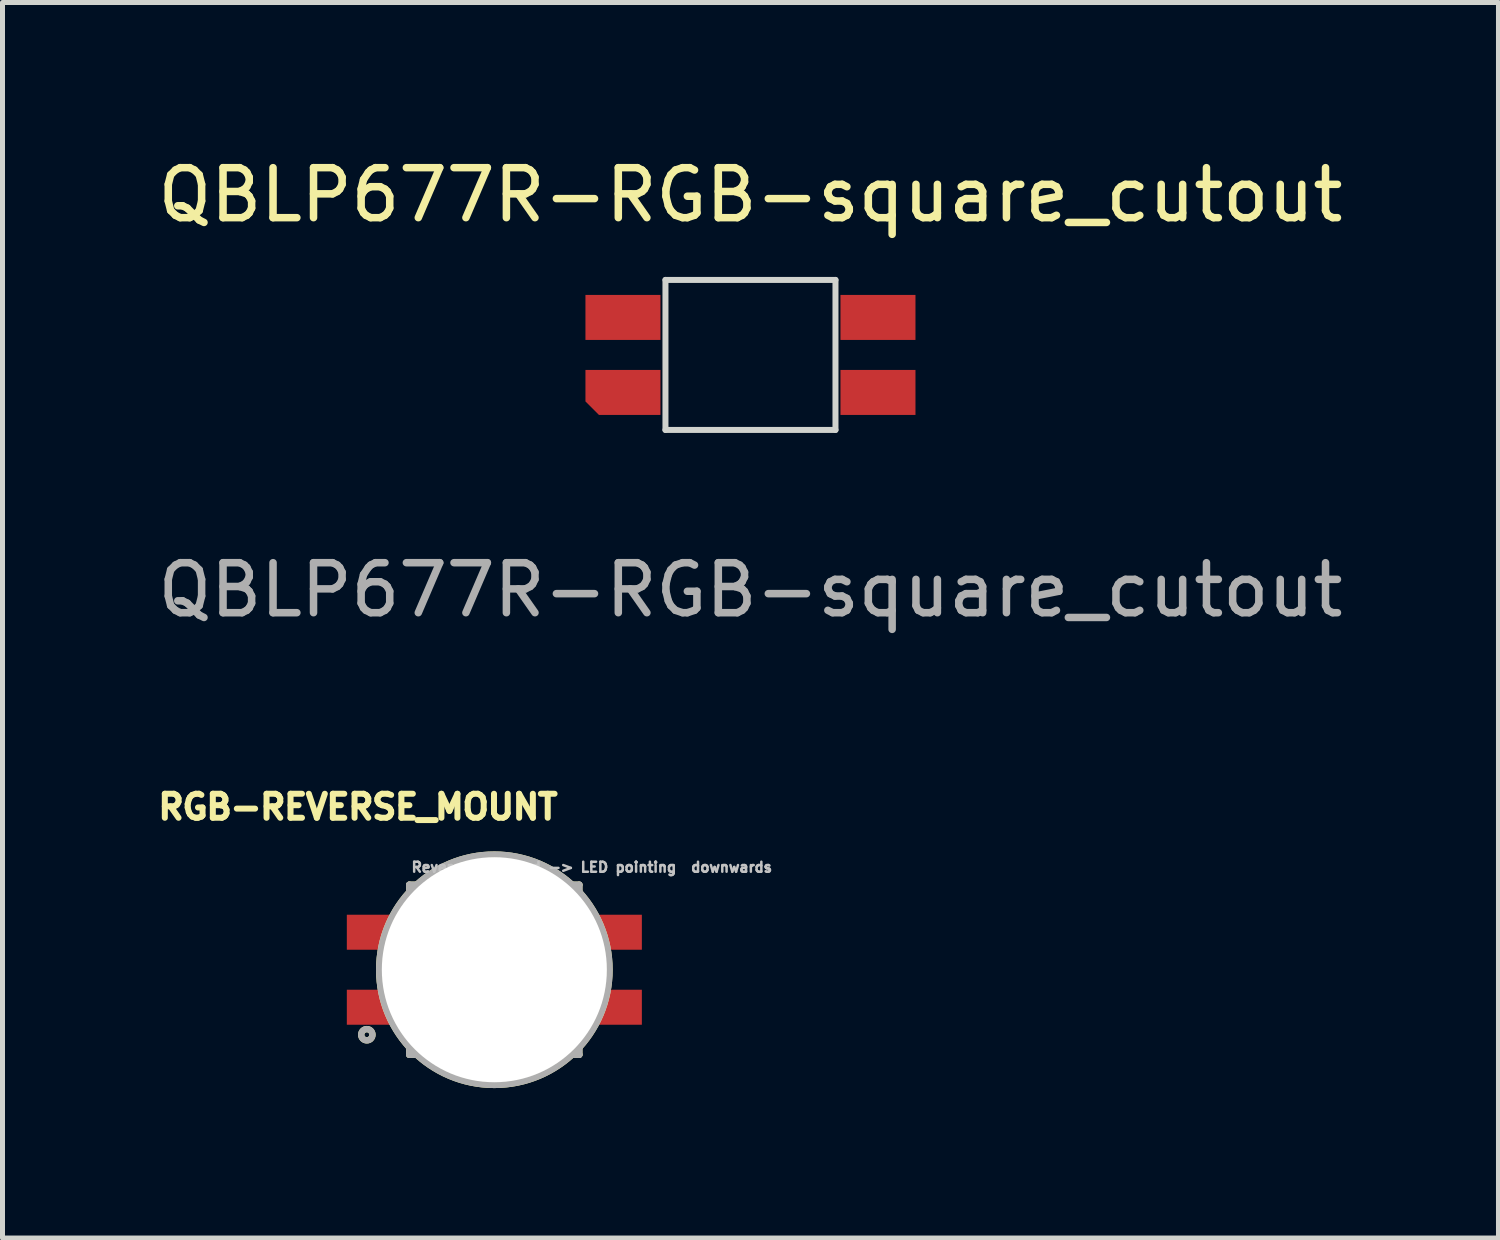
<source format=kicad_pcb>
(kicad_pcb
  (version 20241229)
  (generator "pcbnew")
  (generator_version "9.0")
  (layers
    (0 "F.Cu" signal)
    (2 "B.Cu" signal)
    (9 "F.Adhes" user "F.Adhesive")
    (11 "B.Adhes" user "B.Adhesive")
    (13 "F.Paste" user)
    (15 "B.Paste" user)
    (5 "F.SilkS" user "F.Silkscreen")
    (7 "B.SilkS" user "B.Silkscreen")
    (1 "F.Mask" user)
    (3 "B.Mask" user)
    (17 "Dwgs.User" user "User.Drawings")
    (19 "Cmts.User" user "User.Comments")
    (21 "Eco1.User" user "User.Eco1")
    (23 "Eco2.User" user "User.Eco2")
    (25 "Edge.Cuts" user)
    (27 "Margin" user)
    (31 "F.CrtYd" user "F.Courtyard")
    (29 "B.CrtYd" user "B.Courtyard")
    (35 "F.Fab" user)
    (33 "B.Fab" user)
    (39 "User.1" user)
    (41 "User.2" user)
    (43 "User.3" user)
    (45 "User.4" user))
  (footprint "RGB-REVERSE_MOUNT"
    (layer "F.Cu")
    (at 6.833 16.343)
    (property "Reference" "RGB-REVERSE_MOUNT" (at -2.724 -3.255 0) (layer "F.SilkS") (effects (font (size 0.48 0.48) (thickness 0.15))))
    (attr through_hole)
    (fp_line (start -1.698 -1.7) (end 1.702 -1.7) (stroke (width 0.127) (type solid)) (layer "F.SilkS"))
    (fp_line (start -1.698 1.7) (end -1.698 -1.7) (stroke (width 0.127) (type solid)) (layer "F.SilkS"))
    (fp_line (start 1.702 -1.7) (end 1.702 1.7) (stroke (width 0.127) (type solid)) (layer "F.SilkS"))
    (fp_line (start 1.702 1.7) (end -1.698 1.7) (stroke (width 0.127) (type solid)) (layer "F.SilkS"))
    (fp_circle (center -2.547 1.3) (end -2.498 1.3) (stroke (width 0.127) (type solid)) (fill no) (layer "F.SilkS"))
    (fp_circle (center 0.003 0) (end 2.306 0) (stroke (width 0.127) (type solid)) (fill no) (layer "F.SilkS"))
    (fp_line (start -1.698 -1.7) (end 1.702 -1.7) (stroke (width 0.127) (type solid)) (layer "F.Fab"))
    (fp_line (start -1.698 1.7) (end -1.698 -1.7) (stroke (width 0.127) (type solid)) (layer "F.Fab"))
    (fp_line (start 1.702 -1.7) (end 1.702 1.7) (stroke (width 0.127) (type solid)) (layer "F.Fab"))
    (fp_line (start 1.702 1.7) (end -1.698 1.7) (stroke (width 0.127) (type solid)) (layer "F.Fab"))
    (fp_circle (center -2.547 1.3) (end -2.498 1.3) (stroke (width 0.127) (type solid)) (fill no) (layer "F.Fab"))
    (fp_circle (center 0.003 0) (end 2.306 0) (stroke (width 0.127) (type solid)) (fill no) (layer "F.Fab"))
    (fp_text user "Reverse mounted -> LED pointing  downwards" (at 1.952 -2.05 0) (layer "Dwgs.User") (effects (font (size 0.2 0.2) (thickness 0.15))))
    (pad "" np_thru_hole circle (at 0.003 0) (size 4.5 4.5) (drill 4.5) (layers "*.Cu" "*.Mask"))
    (pad "1" smd rect (at -2.447 0.75 90) (size 0.7 1) (layers "F.Cu" "F.Mask" "F.Paste"))
    (pad "2" smd rect (at 2.453 0.75 90) (size 0.7 1) (layers "F.Cu" "F.Mask" "F.Paste"))
    (pad "3" smd rect (at 2.453 -0.75 90) (size 0.7 1) (layers "F.Cu" "F.Mask" "F.Paste"))
    (pad "COMMON_ANODE" smd rect (at -2.447 -0.75 90) (size 0.7 1) (layers "F.Cu" "F.Mask" "F.Paste")))
  (footprint "QBLP677R-RGB-square_cutout"
    (layer "F.Cu")
    (at 11.958 4.048)
    (property "Reference" "QBLP677R-RGB-square_cutout" (at 0 -3.2 0) (unlocked yes) (layer "F.SilkS") (effects (font (size 1 1) (thickness 0.15))))
    (attr smd)
    (fp_line (start -1.7 -1.5) (end -1.7 1.5) (stroke (width 0.12) (type solid)) (layer "Edge.Cuts"))
    (fp_line (start -1.7 1.5) (end 1.7 1.5) (stroke (width 0.12) (type solid)) (layer "Edge.Cuts"))
    (fp_line (start 1.7 -1.5) (end -1.7 -1.5) (stroke (width 0.12) (type solid)) (layer "Edge.Cuts"))
    (fp_line (start 1.7 1.5) (end 1.7 -1.5) (stroke (width 0.12) (type solid)) (layer "Edge.Cuts"))
    (fp_text user "${REFERENCE}" (at 0 4.7 0) (unlocked yes) (layer "F.Fab") (effects (font (size 1 1) (thickness 0.15))))
    (pad "1" smd roundrect (at -2.55 0.75) (size 1.5 0.9) (layers "F.Cu" "F.Mask" "F.Paste") (roundrect_rratio 0) (chamfer_ratio 0.3) (chamfer bottom_left))
    (pad "2" smd rect (at 2.55 0.75) (size 1.5 0.9) (layers "F.Cu" "F.Mask" "F.Paste"))
    (pad "3" smd rect (at 2.55 -0.75) (size 1.5 0.9) (layers "F.Cu" "F.Mask" "F.Paste"))
    (pad "4" smd rect (at -2.55 -0.75) (size 1.5 0.9) (layers "F.Cu" "F.Mask" "F.Paste")))
  (gr_rect
    (start -3 -3)
    (end 26.917 21.709)
    (stroke (width 0.1) (type default))
    (fill no)
    (layer "Edge.Cuts")))
</source>
